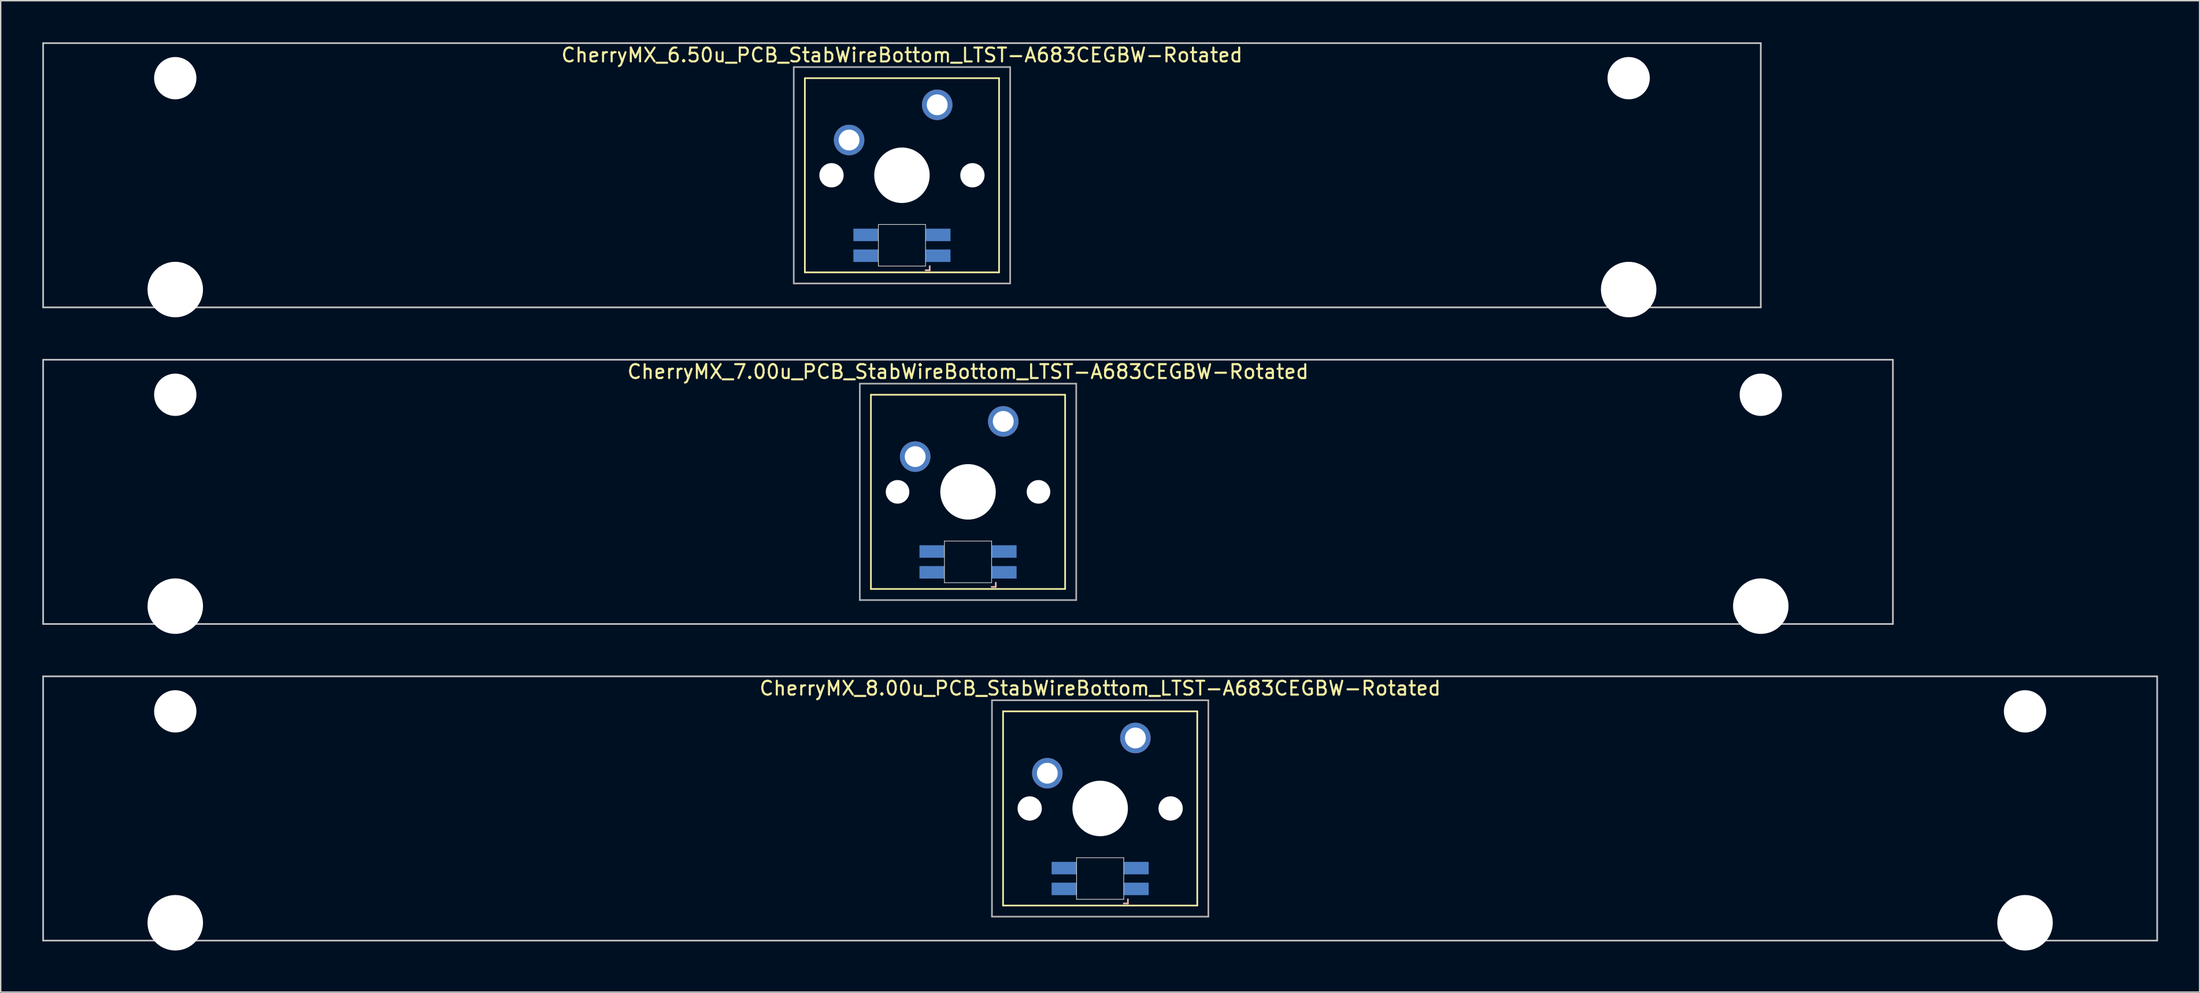
<source format=kicad_pcb>
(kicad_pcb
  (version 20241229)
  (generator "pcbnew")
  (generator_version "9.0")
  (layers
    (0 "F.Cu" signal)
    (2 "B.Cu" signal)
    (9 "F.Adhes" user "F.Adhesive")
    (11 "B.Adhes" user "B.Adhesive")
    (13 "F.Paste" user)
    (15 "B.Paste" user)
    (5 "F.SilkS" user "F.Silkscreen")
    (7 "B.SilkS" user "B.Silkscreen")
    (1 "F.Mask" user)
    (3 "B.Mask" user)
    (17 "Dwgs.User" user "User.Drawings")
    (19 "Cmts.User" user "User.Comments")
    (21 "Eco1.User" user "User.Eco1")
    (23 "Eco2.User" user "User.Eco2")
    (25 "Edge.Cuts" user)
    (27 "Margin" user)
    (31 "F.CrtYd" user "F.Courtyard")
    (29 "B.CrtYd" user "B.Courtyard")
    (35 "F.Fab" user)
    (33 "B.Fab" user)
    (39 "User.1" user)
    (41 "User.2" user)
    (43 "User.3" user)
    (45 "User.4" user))
  (footprint "CherryMX_7.00u_PCB_StabWireBottom_LTST-A683CEGBW-Rotated"
    (layer "F.Cu")
    (at 66.735 32.41)
    (property "Reference" "CherryMX_7.00u_PCB_StabWireBottom_LTST-A683CEGBW-Rotated" (at 0 -8.662 0) (layer "F.SilkS") (effects (font (size 1 1) (thickness 0.15))))
    (attr through_hole)
    (fp_line (start -7 -7) (end -7 7) (stroke (width 0.12) (type solid)) (layer "F.SilkS"))
    (fp_line (start -7 -7) (end 7 -7) (stroke (width 0.12) (type solid)) (layer "F.SilkS"))
    (fp_line (start 7 -7) (end 7 7) (stroke (width 0.12) (type solid)) (layer "F.SilkS"))
    (fp_line (start 7 7) (end -7 7) (stroke (width 0.12) (type solid)) (layer "F.SilkS"))
    (fp_line (start 1.7 6.85) (end 2 6.85) (stroke (width 0.12) (type solid)) (layer "B.SilkS"))
    (fp_line (start 2 6.85) (end 2 6.55) (stroke (width 0.12) (type solid)) (layer "B.SilkS"))
    (fp_line (start -66.675 -9.525) (end 66.675 -9.525) (stroke (width 0.12) (type solid)) (layer "Dwgs.User"))
    (fp_line (start -66.675 9.525) (end -66.675 -9.525) (stroke (width 0.12) (type solid)) (layer "Dwgs.User"))
    (fp_line (start 66.675 -9.525) (end 66.675 9.525) (stroke (width 0.12) (type solid)) (layer "Dwgs.User"))
    (fp_line (start 66.675 9.525) (end -66.675 9.525) (stroke (width 0.12) (type solid)) (layer "Dwgs.User"))
    (fp_line (start -1.7 3.55) (end 1.7 3.55) (stroke (width 0.05) (type solid)) (layer "Edge.Cuts"))
    (fp_line (start -1.7 6.55) (end -1.7 3.55) (stroke (width 0.05) (type solid)) (layer "Edge.Cuts"))
    (fp_line (start 1.7 3.55) (end 1.7 6.55) (stroke (width 0.05) (type solid)) (layer "Edge.Cuts"))
    (fp_line (start 1.7 6.55) (end -1.7 6.55) (stroke (width 0.05) (type solid)) (layer "Edge.Cuts"))
    (fp_line (start -7.8 -7.8) (end -7.8 7.8) (stroke (width 0.12) (type solid)) (layer "F.Fab"))
    (fp_line (start -7.8 -7.8) (end 7.8 -7.8) (stroke (width 0.12) (type solid)) (layer "F.Fab"))
    (fp_line (start -7.8 7.8) (end 7.8 7.8) (stroke (width 0.12) (type solid)) (layer "F.Fab"))
    (fp_line (start 7.8 -7.8) (end 7.8 7.8) (stroke (width 0.12) (type solid)) (layer "F.Fab"))
    (pad "" np_thru_hole circle (at -57.15 -7) (size 3.05 3.05) (drill 3.05) (layers "*.Cu" "*.Mask"))
    (pad "" np_thru_hole circle (at -57.15 8.24) (size 4 4) (drill 4) (layers "*.Cu" "*.Mask"))
    (pad "" np_thru_hole circle (at -5.08 0) (size 1.7 1.7) (drill 1.7) (layers "*.Cu" "*.Mask"))
    (pad "" np_thru_hole circle (at 0 0) (size 4 4) (drill 4) (layers "*.Cu" "*.Mask"))
    (pad "" np_thru_hole circle (at 5.08 0) (size 1.7 1.7) (drill 1.7) (layers "*.Cu" "*.Mask"))
    (pad "" np_thru_hole circle (at 57.15 -7) (size 3.05 3.05) (drill 3.05) (layers "*.Cu" "*.Mask"))
    (pad "" np_thru_hole circle (at 57.15 8.24) (size 4 4) (drill 4) (layers "*.Cu" "*.Mask"))
    (pad "1" thru_hole circle (at -3.81 -2.54) (size 2.2 2.2) (drill 1.5) (layers "*.Cu" "*.Mask"))
    (pad "2" thru_hole circle (at 2.54 -5.08) (size 2.2 2.2) (drill 1.5) (layers "*.Cu" "*.Mask"))
    (pad "3" smd rect (at 2.6 5.8 180) (size 1.8 0.9) (layers "B.Cu" "B.Mask" "B.Paste"))
    (pad "4" smd rect (at 2.6 4.3 180) (size 1.8 0.9) (layers "B.Cu" "B.Mask" "B.Paste"))
    (pad "5" smd rect (at -2.6 5.8 180) (size 1.8 0.9) (layers "B.Cu" "B.Mask" "B.Paste"))
    (pad "6" smd rect (at -2.6 4.3 180) (size 1.8 0.9) (layers "B.Cu" "B.Mask" "B.Paste")))
  (footprint "CherryMX_6.50u_PCB_StabWireBottom_LTST-A683CEGBW-Rotated"
    (layer "F.Cu")
    (at 61.972 9.585)
    (property "Reference" "CherryMX_6.50u_PCB_StabWireBottom_LTST-A683CEGBW-Rotated" (at 0 -8.662 0) (layer "F.SilkS") (effects (font (size 1 1) (thickness 0.15))))
    (attr through_hole)
    (fp_line (start -7 -7) (end -7 7) (stroke (width 0.12) (type solid)) (layer "F.SilkS"))
    (fp_line (start -7 -7) (end 7 -7) (stroke (width 0.12) (type solid)) (layer "F.SilkS"))
    (fp_line (start 7 -7) (end 7 7) (stroke (width 0.12) (type solid)) (layer "F.SilkS"))
    (fp_line (start 7 7) (end -7 7) (stroke (width 0.12) (type solid)) (layer "F.SilkS"))
    (fp_line (start 1.7 6.85) (end 2 6.85) (stroke (width 0.12) (type solid)) (layer "B.SilkS"))
    (fp_line (start 2 6.85) (end 2 6.55) (stroke (width 0.12) (type solid)) (layer "B.SilkS"))
    (fp_line (start -61.913 -9.525) (end 61.913 -9.525) (stroke (width 0.12) (type solid)) (layer "Dwgs.User"))
    (fp_line (start -61.913 9.525) (end -61.913 -9.525) (stroke (width 0.12) (type solid)) (layer "Dwgs.User"))
    (fp_line (start 61.913 -9.525) (end 61.913 9.525) (stroke (width 0.12) (type solid)) (layer "Dwgs.User"))
    (fp_line (start 61.913 9.525) (end -61.913 9.525) (stroke (width 0.12) (type solid)) (layer "Dwgs.User"))
    (fp_line (start -1.7 3.55) (end 1.7 3.55) (stroke (width 0.05) (type solid)) (layer "Edge.Cuts"))
    (fp_line (start -1.7 6.55) (end -1.7 3.55) (stroke (width 0.05) (type solid)) (layer "Edge.Cuts"))
    (fp_line (start 1.7 3.55) (end 1.7 6.55) (stroke (width 0.05) (type solid)) (layer "Edge.Cuts"))
    (fp_line (start 1.7 6.55) (end -1.7 6.55) (stroke (width 0.05) (type solid)) (layer "Edge.Cuts"))
    (fp_line (start -7.8 -7.8) (end -7.8 7.8) (stroke (width 0.12) (type solid)) (layer "F.Fab"))
    (fp_line (start -7.8 -7.8) (end 7.8 -7.8) (stroke (width 0.12) (type solid)) (layer "F.Fab"))
    (fp_line (start -7.8 7.8) (end 7.8 7.8) (stroke (width 0.12) (type solid)) (layer "F.Fab"))
    (fp_line (start 7.8 -7.8) (end 7.8 7.8) (stroke (width 0.12) (type solid)) (layer "F.Fab"))
    (pad "" np_thru_hole circle (at -52.388 -7) (size 3.05 3.05) (drill 3.05) (layers "*.Cu" "*.Mask"))
    (pad "" np_thru_hole circle (at -52.388 8.24) (size 4 4) (drill 4) (layers "*.Cu" "*.Mask"))
    (pad "" np_thru_hole circle (at -5.08 0) (size 1.75 1.75) (drill 1.75) (layers "*.Cu" "*.Mask"))
    (pad "" np_thru_hole circle (at 0 0) (size 4 4) (drill 4) (layers "*.Cu" "*.Mask"))
    (pad "" np_thru_hole circle (at 5.08 0) (size 1.75 1.75) (drill 1.75) (layers "*.Cu" "*.Mask"))
    (pad "" np_thru_hole circle (at 52.388 -7) (size 3.05 3.05) (drill 3.05) (layers "*.Cu" "*.Mask"))
    (pad "" np_thru_hole circle (at 52.388 8.24) (size 4 4) (drill 4) (layers "*.Cu" "*.Mask"))
    (pad "1" thru_hole circle (at -3.81 -2.54) (size 2.2 2.2) (drill 1.5) (layers "*.Cu" "*.Mask"))
    (pad "2" thru_hole circle (at 2.54 -5.08) (size 2.2 2.2) (drill 1.5) (layers "*.Cu" "*.Mask"))
    (pad "3" smd rect (at 2.6 5.8) (size 1.8 0.9) (layers "B.Cu" "B.Mask" "B.Paste"))
    (pad "4" smd rect (at 2.6 4.3) (size 1.8 0.9) (layers "B.Cu" "B.Mask" "B.Paste"))
    (pad "5" smd rect (at -2.6 5.8) (size 1.8 0.9) (layers "B.Cu" "B.Mask" "B.Paste"))
    (pad "6" smd rect (at -2.6 4.3) (size 1.8 0.9) (layers "B.Cu" "B.Mask" "B.Paste")))
  (footprint "CherryMX_8.00u_PCB_StabWireBottom_LTST-A683CEGBW-Rotated"
    (layer "F.Cu")
    (at 76.26 55.235)
    (property "Reference" "CherryMX_8.00u_PCB_StabWireBottom_LTST-A683CEGBW-Rotated" (at 0 -8.662 0) (layer "F.SilkS") (effects (font (size 1 1) (thickness 0.15))))
    (attr through_hole)
    (fp_line (start -7 -7) (end -7 7) (stroke (width 0.12) (type solid)) (layer "F.SilkS"))
    (fp_line (start -7 -7) (end 7 -7) (stroke (width 0.12) (type solid)) (layer "F.SilkS"))
    (fp_line (start 7 -7) (end 7 7) (stroke (width 0.12) (type solid)) (layer "F.SilkS"))
    (fp_line (start 7 7) (end -7 7) (stroke (width 0.12) (type solid)) (layer "F.SilkS"))
    (fp_line (start 1.7 6.85) (end 2 6.85) (stroke (width 0.12) (type solid)) (layer "B.SilkS"))
    (fp_line (start 2 6.85) (end 2 6.55) (stroke (width 0.12) (type solid)) (layer "B.SilkS"))
    (fp_line (start -76.2 -9.525) (end 76.2 -9.525) (stroke (width 0.12) (type solid)) (layer "Dwgs.User"))
    (fp_line (start -76.2 9.525) (end -76.2 -9.525) (stroke (width 0.12) (type solid)) (layer "Dwgs.User"))
    (fp_line (start 76.2 -9.525) (end 76.2 9.525) (stroke (width 0.12) (type solid)) (layer "Dwgs.User"))
    (fp_line (start 76.2 9.525) (end -76.2 9.525) (stroke (width 0.12) (type solid)) (layer "Dwgs.User"))
    (fp_line (start -1.7 3.55) (end 1.7 3.55) (stroke (width 0.05) (type solid)) (layer "Edge.Cuts"))
    (fp_line (start -1.7 6.55) (end -1.7 3.55) (stroke (width 0.05) (type solid)) (layer "Edge.Cuts"))
    (fp_line (start 1.7 3.55) (end 1.7 6.55) (stroke (width 0.05) (type solid)) (layer "Edge.Cuts"))
    (fp_line (start 1.7 6.55) (end -1.7 6.55) (stroke (width 0.05) (type solid)) (layer "Edge.Cuts"))
    (fp_line (start -7.8 -7.8) (end -7.8 7.8) (stroke (width 0.12) (type solid)) (layer "F.Fab"))
    (fp_line (start -7.8 -7.8) (end 7.8 -7.8) (stroke (width 0.12) (type solid)) (layer "F.Fab"))
    (fp_line (start -7.8 7.8) (end 7.8 7.8) (stroke (width 0.12) (type solid)) (layer "F.Fab"))
    (fp_line (start 7.8 -7.8) (end 7.8 7.8) (stroke (width 0.12) (type solid)) (layer "F.Fab"))
    (pad "" np_thru_hole circle (at -66.675 -7) (size 3.05 3.05) (drill 3.05) (layers "*.Cu" "*.Mask"))
    (pad "" np_thru_hole circle (at -66.675 8.24) (size 4 4) (drill 4) (layers "*.Cu" "*.Mask"))
    (pad "" np_thru_hole circle (at -5.08 0) (size 1.75 1.75) (drill 1.75) (layers "*.Cu" "*.Mask"))
    (pad "" np_thru_hole circle (at 0 0) (size 4 4) (drill 4) (layers "*.Cu" "*.Mask"))
    (pad "" np_thru_hole circle (at 5.08 0) (size 1.75 1.75) (drill 1.75) (layers "*.Cu" "*.Mask"))
    (pad "" np_thru_hole circle (at 66.675 -7) (size 3.05 3.05) (drill 3.05) (layers "*.Cu" "*.Mask"))
    (pad "" np_thru_hole circle (at 66.675 8.24) (size 4 4) (drill 4) (layers "*.Cu" "*.Mask"))
    (pad "1" thru_hole circle (at -3.81 -2.54) (size 2.2 2.2) (drill 1.5) (layers "*.Cu" "*.Mask"))
    (pad "2" thru_hole circle (at 2.54 -5.08) (size 2.2 2.2) (drill 1.5) (layers "*.Cu" "*.Mask"))
    (pad "3" smd rect (at 2.6 5.8 180) (size 1.8 0.9) (layers "B.Cu" "B.Mask" "B.Paste"))
    (pad "4" smd rect (at 2.6 4.3 180) (size 1.8 0.9) (layers "B.Cu" "B.Mask" "B.Paste"))
    (pad "5" smd rect (at -2.6 5.8 180) (size 1.8 0.9) (layers "B.Cu" "B.Mask" "B.Paste"))
    (pad "6" smd rect (at -2.6 4.3 180) (size 1.8 0.9) (layers "B.Cu" "B.Mask" "B.Paste")))
  (gr_rect
    (start -3 -3)
    (end 155.52 68.475)
    (stroke (width 0.1) (type default))
    (fill no)
    (layer "Edge.Cuts")))
</source>
